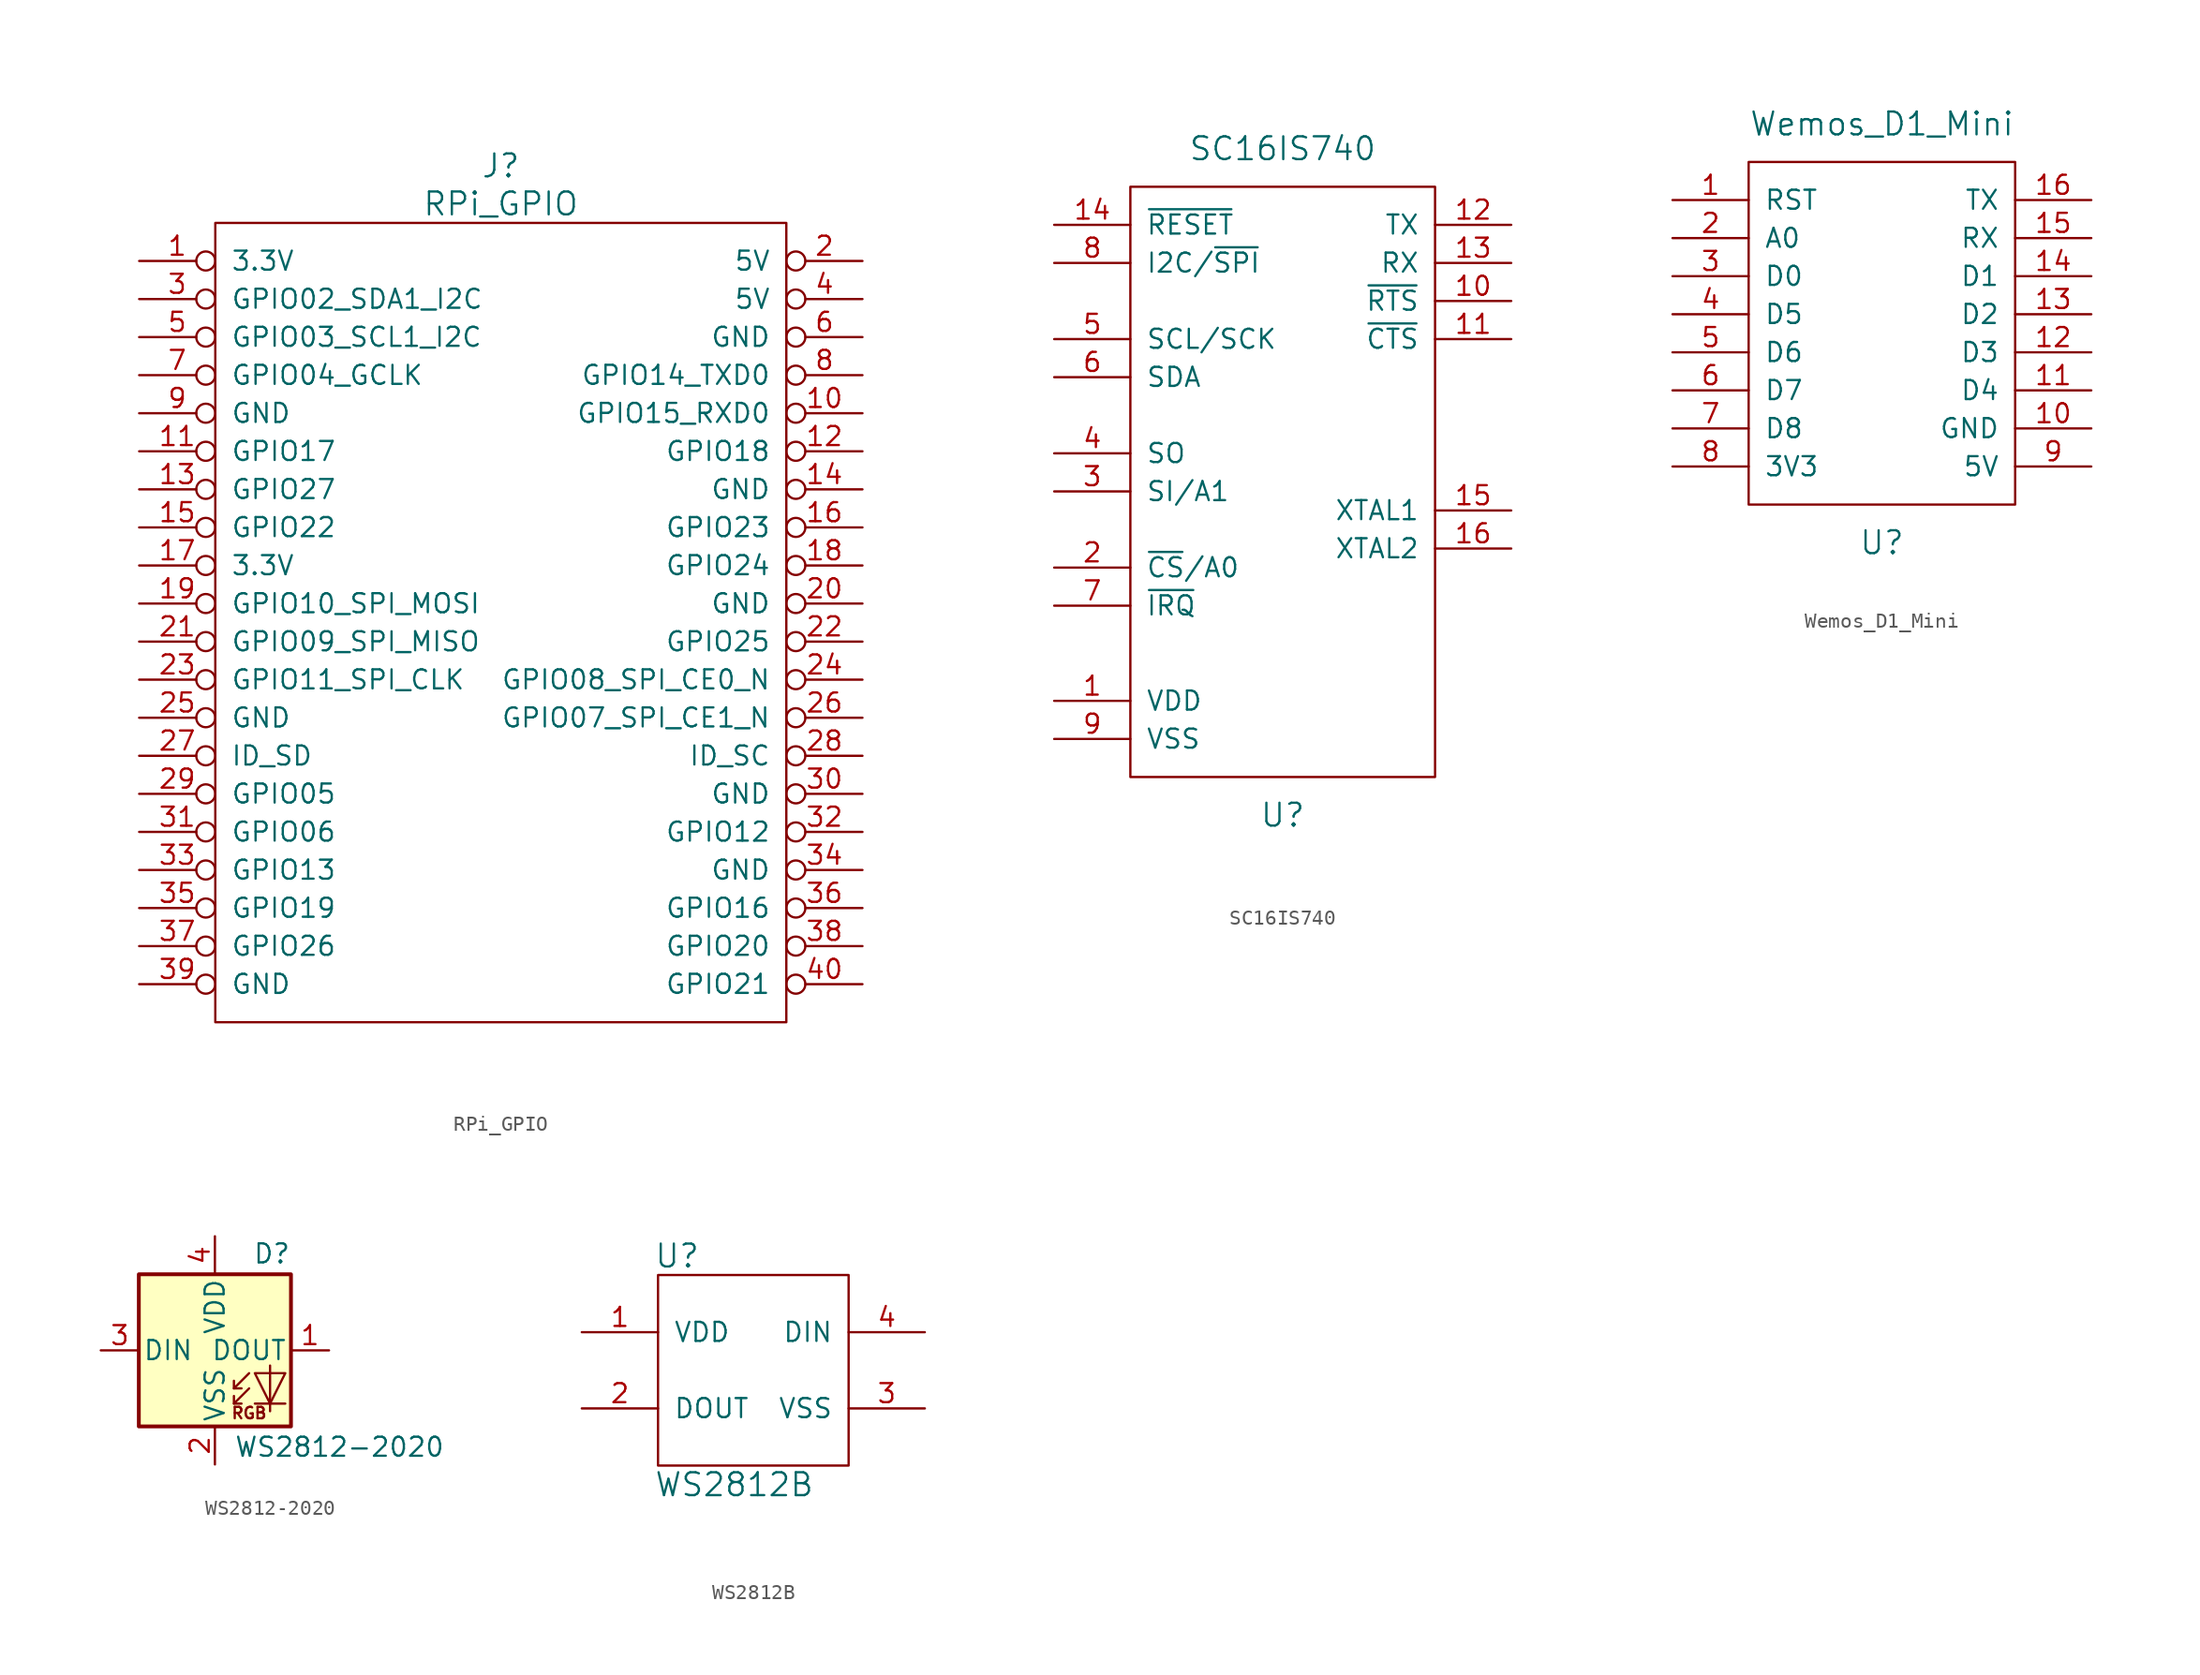
<source format=kicad_sym>
(kicad_symbol_lib
  (version 20231120)
  (generator "kicad_symbol_editor")
  (generator_version "8.0")
  (symbol "RPi_GPIO"
    (pin_names
      (offset 1.016))
    (property "Reference" "J"
      (at 19.05 6.35 0)
      (effects (font (size 1.524 1.524))))
    (property "Value" "RPi_GPIO"
      (at 19.05 3.81 0)
      (effects (font (size 1.524 1.524))))
    (property "Footprint" ""
      (at 0 0 0)
      (effects (font (size 1.524 1.524))))
    (property "Datasheet" ""
      (at 0 0 0)
      (effects (font (size 1.524 1.524))))
    (symbol "RPi_GPIO_0_1"
      (rectangle (start 0 2.54) (end 38.1 -50.8) (stroke (width 0) (type solid)) (fill (type none))))
    (symbol "RPi_GPIO_1_1"
      (pin power_in inverted (at -5.08 0 0) (length 5.08) (name "3.3V" (effects (font (size 1.27 1.27)))) (number "1" (effects (font (size 1.27 1.27)))))
      (pin bidirectional inverted (at 43.18 -10.16 180) (length 5.08) (name "GPIO15_RXD0" (effects (font (size 1.27 1.27)))) (number "10" (effects (font (size 1.27 1.27)))))
      (pin bidirectional inverted (at -5.08 -12.7 0) (length 5.08) (name "GPIO17" (effects (font (size 1.27 1.27)))) (number "11" (effects (font (size 1.27 1.27)))))
      (pin bidirectional inverted (at 43.18 -12.7 180) (length 5.08) (name "GPIO18" (effects (font (size 1.27 1.27)))) (number "12" (effects (font (size 1.27 1.27)))))
      (pin bidirectional inverted (at -5.08 -15.24 0) (length 5.08) (name "GPIO27" (effects (font (size 1.27 1.27)))) (number "13" (effects (font (size 1.27 1.27)))))
      (pin power_in inverted (at 43.18 -15.24 180) (length 5.08) (name "GND" (effects (font (size 1.27 1.27)))) (number "14" (effects (font (size 1.27 1.27)))))
      (pin bidirectional inverted (at -5.08 -17.78 0) (length 5.08) (name "GPIO22" (effects (font (size 1.27 1.27)))) (number "15" (effects (font (size 1.27 1.27)))))
      (pin bidirectional inverted (at 43.18 -17.78 180) (length 5.08) (name "GPIO23" (effects (font (size 1.27 1.27)))) (number "16" (effects (font (size 1.27 1.27)))))
      (pin power_in inverted (at -5.08 -20.32 0) (length 5.08) (name "3.3V" (effects (font (size 1.27 1.27)))) (number "17" (effects (font (size 1.27 1.27)))))
      (pin bidirectional inverted (at 43.18 -20.32 180) (length 5.08) (name "GPIO24" (effects (font (size 1.27 1.27)))) (number "18" (effects (font (size 1.27 1.27)))))
      (pin bidirectional inverted (at -5.08 -22.86 0) (length 5.08) (name "GPIO10_SPI_MOSI" (effects (font (size 1.27 1.27)))) (number "19" (effects (font (size 1.27 1.27)))))
      (pin power_in inverted (at 43.18 0 180) (length 5.08) (name "5V" (effects (font (size 1.27 1.27)))) (number "2" (effects (font (size 1.27 1.27)))))
      (pin power_in inverted (at 43.18 -22.86 180) (length 5.08) (name "GND" (effects (font (size 1.27 1.27)))) (number "20" (effects (font (size 1.27 1.27)))))
      (pin bidirectional inverted (at -5.08 -25.4 0) (length 5.08) (name "GPIO09_SPI_MISO" (effects (font (size 1.27 1.27)))) (number "21" (effects (font (size 1.27 1.27)))))
      (pin bidirectional inverted (at 43.18 -25.4 180) (length 5.08) (name "GPIO25" (effects (font (size 1.27 1.27)))) (number "22" (effects (font (size 1.27 1.27)))))
      (pin bidirectional inverted (at -5.08 -27.94 0) (length 5.08) (name "GPIO11_SPI_CLK" (effects (font (size 1.27 1.27)))) (number "23" (effects (font (size 1.27 1.27)))))
      (pin bidirectional inverted (at 43.18 -27.94 180) (length 5.08) (name "GPIO08_SPI_CE0_N" (effects (font (size 1.27 1.27)))) (number "24" (effects (font (size 1.27 1.27)))))
      (pin power_in inverted (at -5.08 -30.48 0) (length 5.08) (name "GND" (effects (font (size 1.27 1.27)))) (number "25" (effects (font (size 1.27 1.27)))))
      (pin bidirectional inverted (at 43.18 -30.48 180) (length 5.08) (name "GPIO07_SPI_CE1_N" (effects (font (size 1.27 1.27)))) (number "26" (effects (font (size 1.27 1.27)))))
      (pin bidirectional inverted (at -5.08 -33.02 0) (length 5.08) (name "ID_SD" (effects (font (size 1.27 1.27)))) (number "27" (effects (font (size 1.27 1.27)))))
      (pin bidirectional inverted (at 43.18 -33.02 180) (length 5.08) (name "ID_SC" (effects (font (size 1.27 1.27)))) (number "28" (effects (font (size 1.27 1.27)))))
      (pin bidirectional inverted (at -5.08 -35.56 0) (length 5.08) (name "GPIO05" (effects (font (size 1.27 1.27)))) (number "29" (effects (font (size 1.27 1.27)))))
      (pin bidirectional inverted (at -5.08 -2.54 0) (length 5.08) (name "GPIO02_SDA1_I2C" (effects (font (size 1.27 1.27)))) (number "3" (effects (font (size 1.27 1.27)))))
      (pin power_in inverted (at 43.18 -35.56 180) (length 5.08) (name "GND" (effects (font (size 1.27 1.27)))) (number "30" (effects (font (size 1.27 1.27)))))
      (pin bidirectional inverted (at -5.08 -38.1 0) (length 5.08) (name "GPIO06" (effects (font (size 1.27 1.27)))) (number "31" (effects (font (size 1.27 1.27)))))
      (pin bidirectional inverted (at 43.18 -38.1 180) (length 5.08) (name "GPIO12" (effects (font (size 1.27 1.27)))) (number "32" (effects (font (size 1.27 1.27)))))
      (pin bidirectional inverted (at -5.08 -40.64 0) (length 5.08) (name "GPIO13" (effects (font (size 1.27 1.27)))) (number "33" (effects (font (size 1.27 1.27)))))
      (pin power_in inverted (at 43.18 -40.64 180) (length 5.08) (name "GND" (effects (font (size 1.27 1.27)))) (number "34" (effects (font (size 1.27 1.27)))))
      (pin bidirectional inverted (at -5.08 -43.18 0) (length 5.08) (name "GPIO19" (effects (font (size 1.27 1.27)))) (number "35" (effects (font (size 1.27 1.27)))))
      (pin bidirectional inverted (at 43.18 -43.18 180) (length 5.08) (name "GPIO16" (effects (font (size 1.27 1.27)))) (number "36" (effects (font (size 1.27 1.27)))))
      (pin bidirectional inverted (at -5.08 -45.72 0) (length 5.08) (name "GPIO26" (effects (font (size 1.27 1.27)))) (number "37" (effects (font (size 1.27 1.27)))))
      (pin bidirectional inverted (at 43.18 -45.72 180) (length 5.08) (name "GPIO20" (effects (font (size 1.27 1.27)))) (number "38" (effects (font (size 1.27 1.27)))))
      (pin power_in inverted (at -5.08 -48.26 0) (length 5.08) (name "GND" (effects (font (size 1.27 1.27)))) (number "39" (effects (font (size 1.27 1.27)))))
      (pin power_in inverted (at 43.18 -2.54 180) (length 5.08) (name "5V" (effects (font (size 1.27 1.27)))) (number "4" (effects (font (size 1.27 1.27)))))
      (pin bidirectional inverted (at 43.18 -48.26 180) (length 5.08) (name "GPIO21" (effects (font (size 1.27 1.27)))) (number "40" (effects (font (size 1.27 1.27)))))
      (pin bidirectional inverted (at -5.08 -5.08 0) (length 5.08) (name "GPIO03_SCL1_I2C" (effects (font (size 1.27 1.27)))) (number "5" (effects (font (size 1.27 1.27)))))
      (pin power_in inverted (at 43.18 -5.08 180) (length 5.08) (name "GND" (effects (font (size 1.27 1.27)))) (number "6" (effects (font (size 1.27 1.27)))))
      (pin bidirectional inverted (at -5.08 -7.62 0) (length 5.08) (name "GPIO04_GCLK" (effects (font (size 1.27 1.27)))) (number "7" (effects (font (size 1.27 1.27)))))
      (pin bidirectional inverted (at 43.18 -7.62 180) (length 5.08) (name "GPIO14_TXD0" (effects (font (size 1.27 1.27)))) (number "8" (effects (font (size 1.27 1.27)))))
      (pin power_in inverted (at -5.08 -10.16 0) (length 5.08) (name "GND" (effects (font (size 1.27 1.27)))) (number "9" (effects (font (size 1.27 1.27)))))))
  (symbol "SC16IS740"
    (pin_names
      (offset 1.016))
    (property "Reference" "U"
      (at 0 -22.86 0)
      (effects (font (size 1.524 1.524))))
    (property "Value" "SC16IS740"
      (at 0 21.59 0)
      (effects (font (size 1.524 1.524))))
    (property "Footprint" ""
      (at 0 11.43 0)
      (effects (font (size 1.524 1.524))))
    (property "Datasheet" ""
      (at 0 11.43 0)
      (effects (font (size 1.524 1.524))))
    (symbol "SC16IS740_0_1"
      (rectangle (start -10.16 19.05) (end 10.16 -20.32) (stroke (width 0) (type solid)) (fill (type none))))
    (symbol "SC16IS740_1_1"
      (pin power_in line (at -15.24 -15.24 0) (length 5.08) (name "VDD" (effects (font (size 1.27 1.27)))) (number "1" (effects (font (size 1.27 1.27)))))
      (pin output line (at 15.24 11.43 180) (length 5.08) (name "~{RTS}" (effects (font (size 1.27 1.27)))) (number "10" (effects (font (size 1.27 1.27)))))
      (pin input line (at 15.24 8.89 180) (length 5.08) (name "~{CTS}" (effects (font (size 1.27 1.27)))) (number "11" (effects (font (size 1.27 1.27)))))
      (pin output line (at 15.24 16.51 180) (length 5.08) (name "TX" (effects (font (size 1.27 1.27)))) (number "12" (effects (font (size 1.27 1.27)))))
      (pin input line (at 15.24 13.97 180) (length 5.08) (name "RX" (effects (font (size 1.27 1.27)))) (number "13" (effects (font (size 1.27 1.27)))))
      (pin input line (at -15.24 16.51 0) (length 5.08) (name "~{RESET}" (effects (font (size 1.27 1.27)))) (number "14" (effects (font (size 1.27 1.27)))))
      (pin input line (at 15.24 -2.54 180) (length 5.08) (name "XTAL1" (effects (font (size 1.27 1.27)))) (number "15" (effects (font (size 1.27 1.27)))))
      (pin output line (at 15.24 -5.08 180) (length 5.08) (name "XTAL2" (effects (font (size 1.27 1.27)))) (number "16" (effects (font (size 1.27 1.27)))))
      (pin input line (at -15.24 -6.35 0) (length 5.08) (name "~{CS}/A0" (effects (font (size 1.27 1.27)))) (number "2" (effects (font (size 1.27 1.27)))))
      (pin input line (at -15.24 -1.27 0) (length 5.08) (name "SI/A1" (effects (font (size 1.27 1.27)))) (number "3" (effects (font (size 1.27 1.27)))))
      (pin output line (at -15.24 1.27 0) (length 5.08) (name "SO" (effects (font (size 1.27 1.27)))) (number "4" (effects (font (size 1.27 1.27)))))
      (pin input line (at -15.24 8.89 0) (length 5.08) (name "SCL/SCK" (effects (font (size 1.27 1.27)))) (number "5" (effects (font (size 1.27 1.27)))))
      (pin bidirectional line (at -15.24 6.35 0) (length 5.08) (name "SDA" (effects (font (size 1.27 1.27)))) (number "6" (effects (font (size 1.27 1.27)))))
      (pin output line (at -15.24 -8.89 0) (length 5.08) (name "~{IRQ}" (effects (font (size 1.27 1.27)))) (number "7" (effects (font (size 1.27 1.27)))))
      (pin input line (at -15.24 13.97 0) (length 5.08) (name "I2C/~{SPI}" (effects (font (size 1.27 1.27)))) (number "8" (effects (font (size 1.27 1.27)))))
      (pin power_in line (at -15.24 -17.78 0) (length 5.08) (name "VSS" (effects (font (size 1.27 1.27)))) (number "9" (effects (font (size 1.27 1.27)))))))
  (symbol "Wemos_D1_Mini"
    (pin_names
      (offset 1.016))
    (property "Reference" "U"
      (at 0 -17.78 0)
      (effects (font (size 1.524 1.524))))
    (property "Value" "Wemos_D1_Mini"
      (at 0 10.16 0)
      (effects (font (size 1.524 1.524))))
    (symbol "Wemos_D1_Mini_0_1"
      (rectangle (start -8.89 7.62) (end 8.89 -15.24) (stroke (width 0) (type solid)) (fill (type none))))
    (symbol "Wemos_D1_Mini_1_1"
      (pin input line (at -13.97 5.08 0) (length 5.08) (name "RST" (effects (font (size 1.27 1.27)))) (number "1" (effects (font (size 1.27 1.27)))))
      (pin power_in line (at 13.97 -10.16 180) (length 5.08) (name "GND" (effects (font (size 1.27 1.27)))) (number "10" (effects (font (size 1.27 1.27)))))
      (pin bidirectional line (at 13.97 -7.62 180) (length 5.08) (name "D4" (effects (font (size 1.27 1.27)))) (number "11" (effects (font (size 1.27 1.27)))))
      (pin bidirectional line (at 13.97 -5.08 180) (length 5.08) (name "D3" (effects (font (size 1.27 1.27)))) (number "12" (effects (font (size 1.27 1.27)))))
      (pin bidirectional line (at 13.97 -2.54 180) (length 5.08) (name "D2" (effects (font (size 1.27 1.27)))) (number "13" (effects (font (size 1.27 1.27)))))
      (pin bidirectional line (at 13.97 0 180) (length 5.08) (name "D1" (effects (font (size 1.27 1.27)))) (number "14" (effects (font (size 1.27 1.27)))))
      (pin bidirectional line (at 13.97 2.54 180) (length 5.08) (name "RX" (effects (font (size 1.27 1.27)))) (number "15" (effects (font (size 1.27 1.27)))))
      (pin bidirectional line (at 13.97 5.08 180) (length 5.08) (name "TX" (effects (font (size 1.27 1.27)))) (number "16" (effects (font (size 1.27 1.27)))))
      (pin bidirectional line (at -13.97 2.54 0) (length 5.08) (name "A0" (effects (font (size 1.27 1.27)))) (number "2" (effects (font (size 1.27 1.27)))))
      (pin bidirectional line (at -13.97 0 0) (length 5.08) (name "D0" (effects (font (size 1.27 1.27)))) (number "3" (effects (font (size 1.27 1.27)))))
      (pin bidirectional line (at -13.97 -2.54 0) (length 5.08) (name "D5" (effects (font (size 1.27 1.27)))) (number "4" (effects (font (size 1.27 1.27)))))
      (pin bidirectional line (at -13.97 -5.08 0) (length 5.08) (name "D6" (effects (font (size 1.27 1.27)))) (number "5" (effects (font (size 1.27 1.27)))))
      (pin bidirectional line (at -13.97 -7.62 0) (length 5.08) (name "D7" (effects (font (size 1.27 1.27)))) (number "6" (effects (font (size 1.27 1.27)))))
      (pin bidirectional line (at -13.97 -10.16 0) (length 5.08) (name "D8" (effects (font (size 1.27 1.27)))) (number "7" (effects (font (size 1.27 1.27)))))
      (pin power_in line (at -13.97 -12.7 0) (length 5.08) (name "3V3" (effects (font (size 1.27 1.27)))) (number "8" (effects (font (size 1.27 1.27)))))
      (pin power_in line (at 13.97 -12.7 180) (length 5.08) (name "5V" (effects (font (size 1.27 1.27)))) (number "9" (effects (font (size 1.27 1.27)))))))
  (symbol "WS2812-2020"
    (pin_names
      (offset 0.254))
    (property "Reference" "D"
      (at 5.08 5.715 0)
      (effects (font (size 1.27 1.27)) (justify right bottom)))
    (property "Value" "WS2812-2020"
      (at 1.27 -5.715 0)
      (effects (font (size 1.27 1.27)) (justify left top)))
    (symbol "WS2812-2020_0_0"
      (text "RGB" (at 2.286 -4.191 0) (effects (font (size 0.762 0.762)))))
    (symbol "WS2812-2020_0_1"
      (polyline (pts (xy 1.27 -3.556) (xy 1.778 -3.556)) (stroke (width 0) (type solid)) (fill (type none)))
      (polyline (pts (xy 1.27 -2.54) (xy 1.778 -2.54)) (stroke (width 0) (type solid)) (fill (type none)))
      (polyline (pts (xy 4.699 -3.556) (xy 2.667 -3.556)) (stroke (width 0) (type solid)) (fill (type none)))
      (polyline (pts (xy 2.286 -2.54) (xy 1.27 -3.556) (xy 1.27 -3.048)) (stroke (width 0) (type solid)) (fill (type none)))
      (polyline (pts (xy 2.286 -1.524) (xy 1.27 -2.54) (xy 1.27 -2.032)) (stroke (width 0) (type solid)) (fill (type none)))
      (polyline (pts (xy 3.683 -1.016) (xy 3.683 -3.556) (xy 3.683 -4.064)) (stroke (width 0) (type solid)) (fill (type none)))
      (polyline (pts (xy 4.699 -1.524) (xy 2.667 -1.524) (xy 3.683 -3.556) (xy 4.699 -1.524)) (stroke (width 0) (type solid)) (fill (type none)))
      (rectangle (start 5.08 5.08) (end -5.08 -5.08) (stroke (width 0.254) (type solid)) (fill (type background))))
    (symbol "WS2812-2020_1_1"
      (pin output line (at 7.62 0 180) (length 2.54) (name "DOUT" (effects (font (size 1.27 1.27)))) (number "1" (effects (font (size 1.27 1.27)))))
      (pin power_in line (at 0 -7.62 90) (length 2.54) (name "VSS" (effects (font (size 1.27 1.27)))) (number "2" (effects (font (size 1.27 1.27)))))
      (pin input line (at -7.62 0 0) (length 2.54) (name "DIN" (effects (font (size 1.27 1.27)))) (number "3" (effects (font (size 1.27 1.27)))))
      (pin power_in line (at 0 7.62 270) (length 2.54) (name "VDD" (effects (font (size 1.27 1.27)))) (number "4" (effects (font (size 1.27 1.27)))))))
  (symbol "WS2812B"
    (pin_names
      (offset 1.016))
    (property "Reference" "U"
      (at -5.08 7.62 0)
      (effects (font (size 1.524 1.524))))
    (property "Value" "WS2812B"
      (at -1.27 -7.62 0)
      (effects (font (size 1.524 1.524))))
    (property "Footprint" ""
      (at 0 -11.43 0)
      (effects (font (size 1.524 1.524))))
    (property "Datasheet" ""
      (at 0 -11.43 0)
      (effects (font (size 1.524 1.524))))
    (symbol "WS2812B_0_1"
      (rectangle (start -6.35 6.35) (end 6.35 -6.35) (stroke (width 0) (type solid)) (fill (type none))))
    (symbol "WS2812B_1_1"
      (pin power_in line (at -11.43 2.54 0) (length 5.08) (name "VDD" (effects (font (size 1.27 1.27)))) (number "1" (effects (font (size 1.27 1.27)))))
      (pin output line (at -11.43 -2.54 0) (length 5.08) (name "DOUT" (effects (font (size 1.27 1.27)))) (number "2" (effects (font (size 1.27 1.27)))))
      (pin power_in line (at 11.43 -2.54 180) (length 5.08) (name "VSS" (effects (font (size 1.27 1.27)))) (number "3" (effects (font (size 1.27 1.27)))))
      (pin input line (at 11.43 2.54 180) (length 5.08) (name "DIN" (effects (font (size 1.27 1.27)))) (number "4" (effects (font (size 1.27 1.27))))))))
</source>
